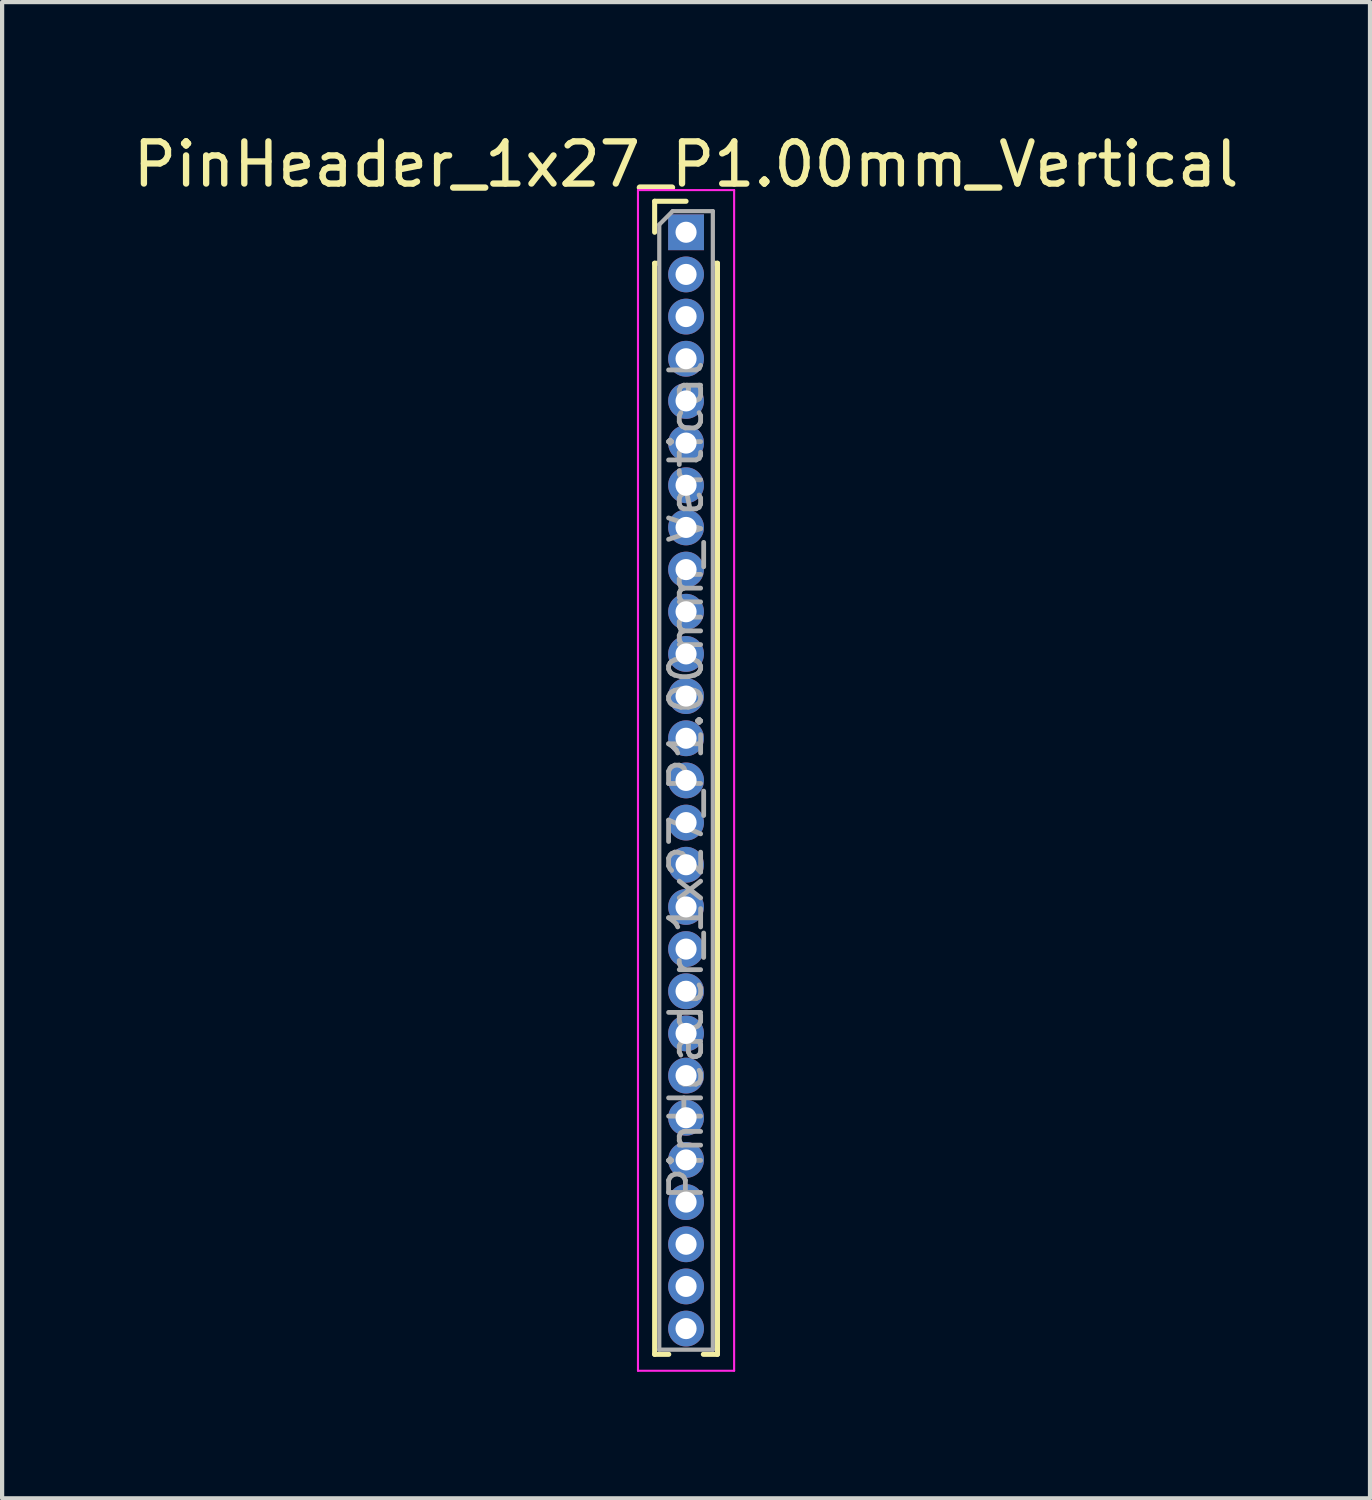
<source format=kicad_pcb>
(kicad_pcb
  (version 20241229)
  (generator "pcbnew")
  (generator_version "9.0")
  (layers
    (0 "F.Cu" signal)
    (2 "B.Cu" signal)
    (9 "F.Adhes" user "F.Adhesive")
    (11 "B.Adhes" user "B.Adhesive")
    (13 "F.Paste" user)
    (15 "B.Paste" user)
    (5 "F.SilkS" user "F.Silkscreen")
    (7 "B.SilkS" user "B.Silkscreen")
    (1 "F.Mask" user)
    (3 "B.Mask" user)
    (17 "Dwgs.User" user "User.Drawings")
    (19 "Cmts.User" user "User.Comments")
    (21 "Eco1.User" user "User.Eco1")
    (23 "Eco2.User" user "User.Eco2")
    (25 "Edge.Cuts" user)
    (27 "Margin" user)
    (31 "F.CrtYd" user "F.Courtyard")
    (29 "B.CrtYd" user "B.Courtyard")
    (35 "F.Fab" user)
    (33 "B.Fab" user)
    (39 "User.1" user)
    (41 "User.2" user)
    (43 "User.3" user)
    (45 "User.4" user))
  (footprint "PinHeader_1x27_P1.00mm_Vertical"
    (layer "F.Cu")
    (at 13.22 2.458)
    (property "Reference" "PinHeader_1x27_P1.00mm_Vertical" (at 0 -1.61 0) (layer "F.SilkS") (effects (font (size 1 1) (thickness 0.15))))
    (attr through_hole)
    (fp_line (start -0.745 -0.735) (end 0 -0.735) (stroke (width 0.12) (type solid)) (layer "F.SilkS"))
    (fp_line (start -0.745 0) (end -0.745 -0.735) (stroke (width 0.12) (type solid)) (layer "F.SilkS"))
    (fp_line (start -0.745 0.735) (end -0.745 26.61) (stroke (width 0.12) (type solid)) (layer "F.SilkS"))
    (fp_line (start -0.745 0.735) (end -0.686 0.735) (stroke (width 0.12) (type solid)) (layer "F.SilkS"))
    (fp_line (start -0.745 26.61) (end -0.41 26.61) (stroke (width 0.12) (type solid)) (layer "F.SilkS"))
    (fp_line (start 0.41 26.61) (end 0.745 26.61) (stroke (width 0.12) (type solid)) (layer "F.SilkS"))
    (fp_line (start 0.686 0.735) (end 0.745 0.735) (stroke (width 0.12) (type solid)) (layer "F.SilkS"))
    (fp_line (start 0.745 0.735) (end 0.745 26.61) (stroke (width 0.12) (type solid)) (layer "F.SilkS"))
    (fp_line (start -1.14 -1) (end -1.14 27) (stroke (width 0.05) (type solid)) (layer "F.CrtYd"))
    (fp_line (start -1.14 27) (end 1.14 27) (stroke (width 0.05) (type solid)) (layer "F.CrtYd"))
    (fp_line (start 1.14 -1) (end -1.14 -1) (stroke (width 0.05) (type solid)) (layer "F.CrtYd"))
    (fp_line (start 1.14 27) (end 1.14 -1) (stroke (width 0.05) (type solid)) (layer "F.CrtYd"))
    (fp_line (start -0.635 -0.182) (end -0.318 -0.5) (stroke (width 0.1) (type solid)) (layer "F.Fab"))
    (fp_line (start -0.635 26.5) (end -0.635 -0.182) (stroke (width 0.1) (type solid)) (layer "F.Fab"))
    (fp_line (start -0.318 -0.5) (end 0.635 -0.5) (stroke (width 0.1) (type solid)) (layer "F.Fab"))
    (fp_line (start 0.635 -0.5) (end 0.635 26.5) (stroke (width 0.1) (type solid)) (layer "F.Fab"))
    (fp_line (start 0.635 26.5) (end -0.635 26.5) (stroke (width 0.1) (type solid)) (layer "F.Fab"))
    (fp_text user "${REFERENCE}" (at 0 13 90) (layer "F.Fab") (effects (font (size 0.76 0.76) (thickness 0.114))))
    (pad "1" thru_hole rect (at 0 0) (size 0.85 0.85) (drill 0.5) (layers "*.Cu" "*.Mask"))
    (pad "2" thru_hole circle (at 0 1) (size 0.85 0.85) (drill 0.5) (layers "*.Cu" "*.Mask"))
    (pad "3" thru_hole circle (at 0 2) (size 0.85 0.85) (drill 0.5) (layers "*.Cu" "*.Mask"))
    (pad "4" thru_hole circle (at 0 3) (size 0.85 0.85) (drill 0.5) (layers "*.Cu" "*.Mask"))
    (pad "5" thru_hole circle (at 0 4) (size 0.85 0.85) (drill 0.5) (layers "*.Cu" "*.Mask"))
    (pad "6" thru_hole circle (at 0 5) (size 0.85 0.85) (drill 0.5) (layers "*.Cu" "*.Mask"))
    (pad "7" thru_hole circle (at 0 6) (size 0.85 0.85) (drill 0.5) (layers "*.Cu" "*.Mask"))
    (pad "8" thru_hole circle (at 0 7) (size 0.85 0.85) (drill 0.5) (layers "*.Cu" "*.Mask"))
    (pad "9" thru_hole circle (at 0 8) (size 0.85 0.85) (drill 0.5) (layers "*.Cu" "*.Mask"))
    (pad "10" thru_hole circle (at 0 9) (size 0.85 0.85) (drill 0.5) (layers "*.Cu" "*.Mask"))
    (pad "11" thru_hole circle (at 0 10) (size 0.85 0.85) (drill 0.5) (layers "*.Cu" "*.Mask"))
    (pad "12" thru_hole circle (at 0 11) (size 0.85 0.85) (drill 0.5) (layers "*.Cu" "*.Mask"))
    (pad "13" thru_hole circle (at 0 12) (size 0.85 0.85) (drill 0.5) (layers "*.Cu" "*.Mask"))
    (pad "14" thru_hole circle (at 0 13) (size 0.85 0.85) (drill 0.5) (layers "*.Cu" "*.Mask"))
    (pad "15" thru_hole circle (at 0 14) (size 0.85 0.85) (drill 0.5) (layers "*.Cu" "*.Mask"))
    (pad "16" thru_hole circle (at 0 15) (size 0.85 0.85) (drill 0.5) (layers "*.Cu" "*.Mask"))
    (pad "17" thru_hole circle (at 0 16) (size 0.85 0.85) (drill 0.5) (layers "*.Cu" "*.Mask"))
    (pad "18" thru_hole circle (at 0 17) (size 0.85 0.85) (drill 0.5) (layers "*.Cu" "*.Mask"))
    (pad "19" thru_hole circle (at 0 18) (size 0.85 0.85) (drill 0.5) (layers "*.Cu" "*.Mask"))
    (pad "20" thru_hole circle (at 0 19) (size 0.85 0.85) (drill 0.5) (layers "*.Cu" "*.Mask"))
    (pad "21" thru_hole circle (at 0 20) (size 0.85 0.85) (drill 0.5) (layers "*.Cu" "*.Mask"))
    (pad "22" thru_hole circle (at 0 21) (size 0.85 0.85) (drill 0.5) (layers "*.Cu" "*.Mask"))
    (pad "23" thru_hole circle (at 0 22) (size 0.85 0.85) (drill 0.5) (layers "*.Cu" "*.Mask"))
    (pad "24" thru_hole circle (at 0 23) (size 0.85 0.85) (drill 0.5) (layers "*.Cu" "*.Mask"))
    (pad "25" thru_hole circle (at 0 24) (size 0.85 0.85) (drill 0.5) (layers "*.Cu" "*.Mask"))
    (pad "26" thru_hole circle (at 0 25) (size 0.85 0.85) (drill 0.5) (layers "*.Cu" "*.Mask"))
    (pad "27" thru_hole circle (at 0 26) (size 0.85 0.85) (drill 0.5) (layers "*.Cu" "*.Mask")))
  (gr_rect
    (start -3 -3)
    (end 29.44 32.483)
    (stroke (width 0.1) (type default))
    (fill no)
    (layer "Edge.Cuts")))
</source>
